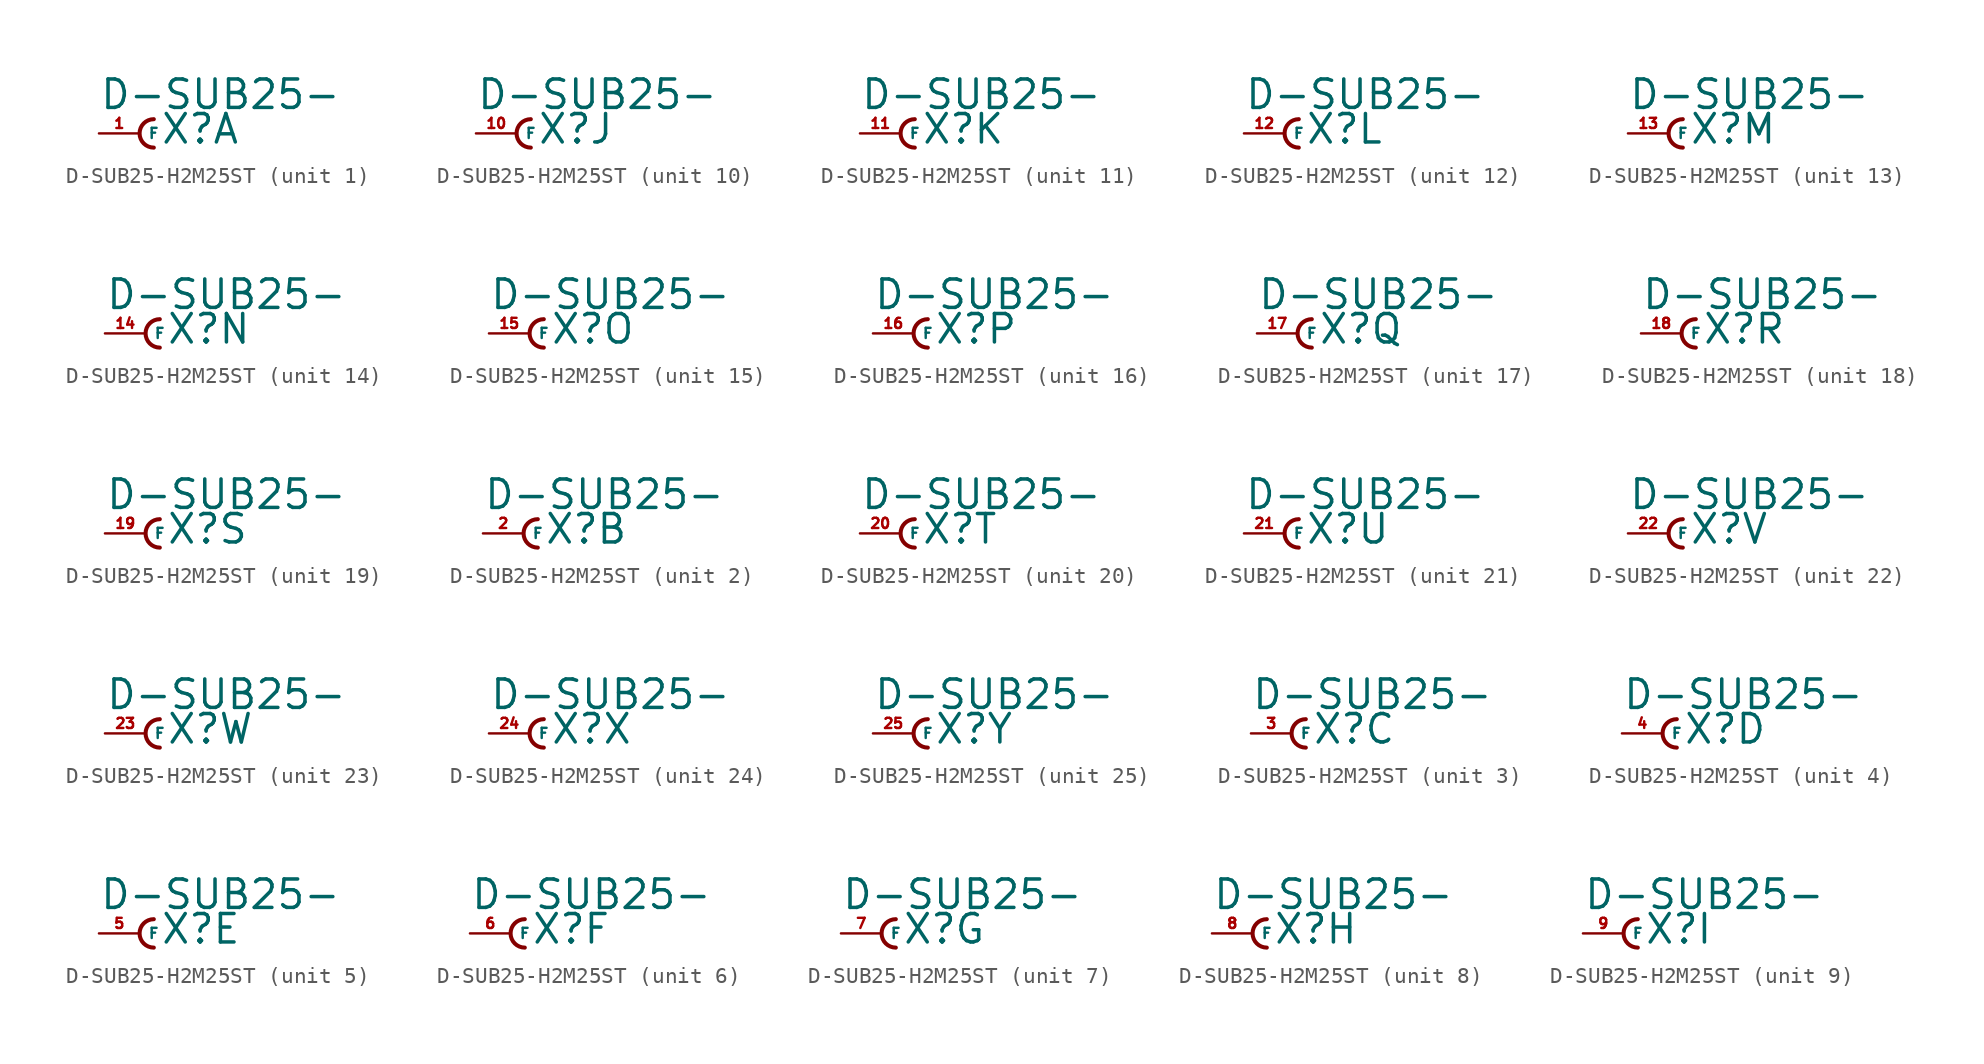
<source format=kicad_sym>
(kicad_symbol_lib
  (version 20220914)
  (generator Eagle2Kicad)
  (symbol "D-SUB25-H2M25ST"
    (property "Reference" "X"
      (at 1.27 -0.762 0)
      (effects (font (size 1.778 1.778) (thickness 0.22)) (justify left bottom)))
    (property "Value" "D-SUB25-"
      (at -2.54 1.397 0)
      (effects (font (size 1.778 1.778) (thickness 0.22)) (justify left bottom)))
    (symbol "D-SUB25-H2M25ST_1_0"
      (arc (start 0.889 0.889) (mid 0.000 0.000) (end 0.889 -0.889) (stroke (width 0.254) (type default)) (fill (type none)))
      (pin passive line (at -2.54 0 0) (length 2.54) (name "F" (effects (font (size 0.635 0.635) (thickness 0.08)) (justify left bottom))) (number "1" (effects (font (size 0.635 0.635) (thickness 0.08)) (justify left bottom)))))
    (symbol "D-SUB25-H2M25ST_2_0"
      (arc (start 0.889 0.889) (mid 0.000 0.000) (end 0.889 -0.889) (stroke (width 0.254) (type default)) (fill (type none)))
      (pin passive line (at -2.54 0 0) (length 2.54) (name "F" (effects (font (size 0.635 0.635) (thickness 0.08)) (justify left bottom))) (number "2" (effects (font (size 0.635 0.635) (thickness 0.08)) (justify left bottom)))))
    (symbol "D-SUB25-H2M25ST_3_0"
      (arc (start 0.889 0.889) (mid 0.000 0.000) (end 0.889 -0.889) (stroke (width 0.254) (type default)) (fill (type none)))
      (pin passive line (at -2.54 0 0) (length 2.54) (name "F" (effects (font (size 0.635 0.635) (thickness 0.08)) (justify left bottom))) (number "3" (effects (font (size 0.635 0.635) (thickness 0.08)) (justify left bottom)))))
    (symbol "D-SUB25-H2M25ST_4_0"
      (arc (start 0.889 0.889) (mid 0.000 0.000) (end 0.889 -0.889) (stroke (width 0.254) (type default)) (fill (type none)))
      (pin passive line (at -2.54 0 0) (length 2.54) (name "F" (effects (font (size 0.635 0.635) (thickness 0.08)) (justify left bottom))) (number "4" (effects (font (size 0.635 0.635) (thickness 0.08)) (justify left bottom)))))
    (symbol "D-SUB25-H2M25ST_5_0"
      (arc (start 0.889 0.889) (mid 0.000 0.000) (end 0.889 -0.889) (stroke (width 0.254) (type default)) (fill (type none)))
      (pin passive line (at -2.54 0 0) (length 2.54) (name "F" (effects (font (size 0.635 0.635) (thickness 0.08)) (justify left bottom))) (number "5" (effects (font (size 0.635 0.635) (thickness 0.08)) (justify left bottom)))))
    (symbol "D-SUB25-H2M25ST_6_0"
      (arc (start 0.889 0.889) (mid 0.000 0.000) (end 0.889 -0.889) (stroke (width 0.254) (type default)) (fill (type none)))
      (pin passive line (at -2.54 0 0) (length 2.54) (name "F" (effects (font (size 0.635 0.635) (thickness 0.08)) (justify left bottom))) (number "6" (effects (font (size 0.635 0.635) (thickness 0.08)) (justify left bottom)))))
    (symbol "D-SUB25-H2M25ST_7_0"
      (arc (start 0.889 0.889) (mid 0.000 0.000) (end 0.889 -0.889) (stroke (width 0.254) (type default)) (fill (type none)))
      (pin passive line (at -2.54 0 0) (length 2.54) (name "F" (effects (font (size 0.635 0.635) (thickness 0.08)) (justify left bottom))) (number "7" (effects (font (size 0.635 0.635) (thickness 0.08)) (justify left bottom)))))
    (symbol "D-SUB25-H2M25ST_8_0"
      (arc (start 0.889 0.889) (mid 0.000 0.000) (end 0.889 -0.889) (stroke (width 0.254) (type default)) (fill (type none)))
      (pin passive line (at -2.54 0 0) (length 2.54) (name "F" (effects (font (size 0.635 0.635) (thickness 0.08)) (justify left bottom))) (number "8" (effects (font (size 0.635 0.635) (thickness 0.08)) (justify left bottom)))))
    (symbol "D-SUB25-H2M25ST_9_0"
      (arc (start 0.889 0.889) (mid 0.000 0.000) (end 0.889 -0.889) (stroke (width 0.254) (type default)) (fill (type none)))
      (pin passive line (at -2.54 0 0) (length 2.54) (name "F" (effects (font (size 0.635 0.635) (thickness 0.08)) (justify left bottom))) (number "9" (effects (font (size 0.635 0.635) (thickness 0.08)) (justify left bottom)))))
    (symbol "D-SUB25-H2M25ST_10_0"
      (arc (start 0.889 0.889) (mid 0.000 0.000) (end 0.889 -0.889) (stroke (width 0.254) (type default)) (fill (type none)))
      (pin passive line (at -2.54 0 0) (length 2.54) (name "F" (effects (font (size 0.635 0.635) (thickness 0.08)) (justify left bottom))) (number "10" (effects (font (size 0.635 0.635) (thickness 0.08)) (justify left bottom)))))
    (symbol "D-SUB25-H2M25ST_11_0"
      (arc (start 0.889 0.889) (mid 0.000 0.000) (end 0.889 -0.889) (stroke (width 0.254) (type default)) (fill (type none)))
      (pin passive line (at -2.54 0 0) (length 2.54) (name "F" (effects (font (size 0.635 0.635) (thickness 0.08)) (justify left bottom))) (number "11" (effects (font (size 0.635 0.635) (thickness 0.08)) (justify left bottom)))))
    (symbol "D-SUB25-H2M25ST_12_0"
      (arc (start 0.889 0.889) (mid 0.000 0.000) (end 0.889 -0.889) (stroke (width 0.254) (type default)) (fill (type none)))
      (pin passive line (at -2.54 0 0) (length 2.54) (name "F" (effects (font (size 0.635 0.635) (thickness 0.08)) (justify left bottom))) (number "12" (effects (font (size 0.635 0.635) (thickness 0.08)) (justify left bottom)))))
    (symbol "D-SUB25-H2M25ST_13_0"
      (arc (start 0.889 0.889) (mid 0.000 0.000) (end 0.889 -0.889) (stroke (width 0.254) (type default)) (fill (type none)))
      (pin passive line (at -2.54 0 0) (length 2.54) (name "F" (effects (font (size 0.635 0.635) (thickness 0.08)) (justify left bottom))) (number "13" (effects (font (size 0.635 0.635) (thickness 0.08)) (justify left bottom)))))
    (symbol "D-SUB25-H2M25ST_14_0"
      (arc (start 0.889 0.889) (mid 0.000 0.000) (end 0.889 -0.889) (stroke (width 0.254) (type default)) (fill (type none)))
      (pin passive line (at -2.54 0 0) (length 2.54) (name "F" (effects (font (size 0.635 0.635) (thickness 0.08)) (justify left bottom))) (number "14" (effects (font (size 0.635 0.635) (thickness 0.08)) (justify left bottom)))))
    (symbol "D-SUB25-H2M25ST_15_0"
      (arc (start 0.889 0.889) (mid 0.000 0.000) (end 0.889 -0.889) (stroke (width 0.254) (type default)) (fill (type none)))
      (pin passive line (at -2.54 0 0) (length 2.54) (name "F" (effects (font (size 0.635 0.635) (thickness 0.08)) (justify left bottom))) (number "15" (effects (font (size 0.635 0.635) (thickness 0.08)) (justify left bottom)))))
    (symbol "D-SUB25-H2M25ST_16_0"
      (arc (start 0.889 0.889) (mid 0.000 0.000) (end 0.889 -0.889) (stroke (width 0.254) (type default)) (fill (type none)))
      (pin passive line (at -2.54 0 0) (length 2.54) (name "F" (effects (font (size 0.635 0.635) (thickness 0.08)) (justify left bottom))) (number "16" (effects (font (size 0.635 0.635) (thickness 0.08)) (justify left bottom)))))
    (symbol "D-SUB25-H2M25ST_17_0"
      (arc (start 0.889 0.889) (mid 0.000 0.000) (end 0.889 -0.889) (stroke (width 0.254) (type default)) (fill (type none)))
      (pin passive line (at -2.54 0 0) (length 2.54) (name "F" (effects (font (size 0.635 0.635) (thickness 0.08)) (justify left bottom))) (number "17" (effects (font (size 0.635 0.635) (thickness 0.08)) (justify left bottom)))))
    (symbol "D-SUB25-H2M25ST_18_0"
      (arc (start 0.889 0.889) (mid 0.000 0.000) (end 0.889 -0.889) (stroke (width 0.254) (type default)) (fill (type none)))
      (pin passive line (at -2.54 0 0) (length 2.54) (name "F" (effects (font (size 0.635 0.635) (thickness 0.08)) (justify left bottom))) (number "18" (effects (font (size 0.635 0.635) (thickness 0.08)) (justify left bottom)))))
    (symbol "D-SUB25-H2M25ST_19_0"
      (arc (start 0.889 0.889) (mid 0.000 0.000) (end 0.889 -0.889) (stroke (width 0.254) (type default)) (fill (type none)))
      (pin passive line (at -2.54 0 0) (length 2.54) (name "F" (effects (font (size 0.635 0.635) (thickness 0.08)) (justify left bottom))) (number "19" (effects (font (size 0.635 0.635) (thickness 0.08)) (justify left bottom)))))
    (symbol "D-SUB25-H2M25ST_20_0"
      (arc (start 0.889 0.889) (mid 0.000 0.000) (end 0.889 -0.889) (stroke (width 0.254) (type default)) (fill (type none)))
      (pin passive line (at -2.54 0 0) (length 2.54) (name "F" (effects (font (size 0.635 0.635) (thickness 0.08)) (justify left bottom))) (number "20" (effects (font (size 0.635 0.635) (thickness 0.08)) (justify left bottom)))))
    (symbol "D-SUB25-H2M25ST_21_0"
      (arc (start 0.889 0.889) (mid 0.000 0.000) (end 0.889 -0.889) (stroke (width 0.254) (type default)) (fill (type none)))
      (pin passive line (at -2.54 0 0) (length 2.54) (name "F" (effects (font (size 0.635 0.635) (thickness 0.08)) (justify left bottom))) (number "21" (effects (font (size 0.635 0.635) (thickness 0.08)) (justify left bottom)))))
    (symbol "D-SUB25-H2M25ST_22_0"
      (arc (start 0.889 0.889) (mid 0.000 0.000) (end 0.889 -0.889) (stroke (width 0.254) (type default)) (fill (type none)))
      (pin passive line (at -2.54 0 0) (length 2.54) (name "F" (effects (font (size 0.635 0.635) (thickness 0.08)) (justify left bottom))) (number "22" (effects (font (size 0.635 0.635) (thickness 0.08)) (justify left bottom)))))
    (symbol "D-SUB25-H2M25ST_23_0"
      (arc (start 0.889 0.889) (mid 0.000 0.000) (end 0.889 -0.889) (stroke (width 0.254) (type default)) (fill (type none)))
      (pin passive line (at -2.54 0 0) (length 2.54) (name "F" (effects (font (size 0.635 0.635) (thickness 0.08)) (justify left bottom))) (number "23" (effects (font (size 0.635 0.635) (thickness 0.08)) (justify left bottom)))))
    (symbol "D-SUB25-H2M25ST_24_0"
      (arc (start 0.889 0.889) (mid 0.000 0.000) (end 0.889 -0.889) (stroke (width 0.254) (type default)) (fill (type none)))
      (pin passive line (at -2.54 0 0) (length 2.54) (name "F" (effects (font (size 0.635 0.635) (thickness 0.08)) (justify left bottom))) (number "24" (effects (font (size 0.635 0.635) (thickness 0.08)) (justify left bottom)))))
    (symbol "D-SUB25-H2M25ST_25_0"
      (arc (start 0.889 0.889) (mid 0.000 0.000) (end 0.889 -0.889) (stroke (width 0.254) (type default)) (fill (type none)))
      (pin passive line (at -2.54 0 0) (length 2.54) (name "F" (effects (font (size 0.635 0.635) (thickness 0.08)) (justify left bottom))) (number "25" (effects (font (size 0.635 0.635) (thickness 0.08)) (justify left bottom)))))))
</source>
